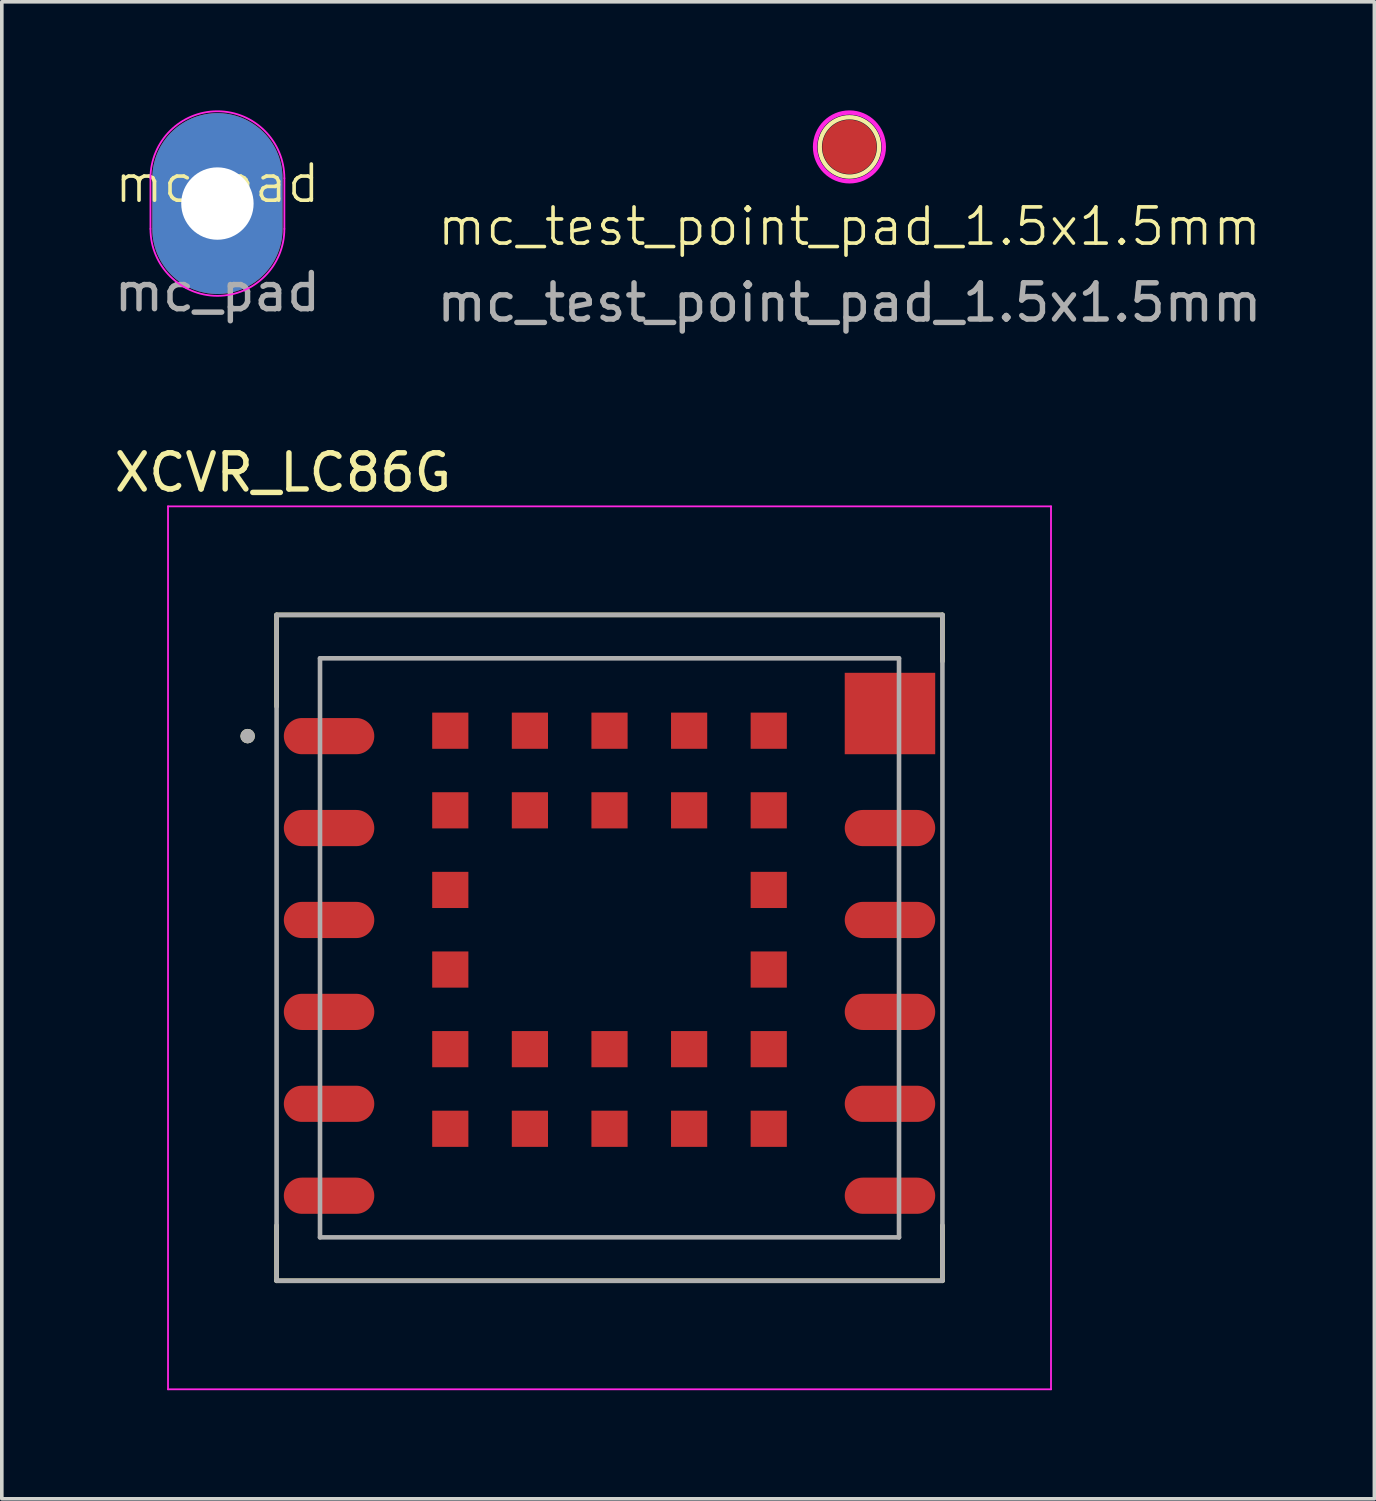
<source format=kicad_pcb>
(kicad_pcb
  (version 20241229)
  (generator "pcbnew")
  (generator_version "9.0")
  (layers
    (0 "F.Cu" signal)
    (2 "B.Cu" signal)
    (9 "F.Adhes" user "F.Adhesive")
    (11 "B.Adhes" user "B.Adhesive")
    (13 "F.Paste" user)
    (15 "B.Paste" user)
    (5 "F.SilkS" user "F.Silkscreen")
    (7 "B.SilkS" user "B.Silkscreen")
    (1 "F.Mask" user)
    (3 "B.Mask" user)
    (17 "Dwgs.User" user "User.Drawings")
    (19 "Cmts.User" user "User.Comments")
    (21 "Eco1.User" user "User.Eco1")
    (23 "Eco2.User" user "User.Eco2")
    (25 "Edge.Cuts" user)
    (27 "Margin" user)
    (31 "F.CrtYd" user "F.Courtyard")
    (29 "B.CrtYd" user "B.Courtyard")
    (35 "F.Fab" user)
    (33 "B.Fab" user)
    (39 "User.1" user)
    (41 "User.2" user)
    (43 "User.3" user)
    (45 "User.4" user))
  (footprint "mc_test_point_pad_1.5x1.5mm"
    (layer "F.Cu")
    (at 20.423 1.01)
    (property "Reference" "mc_test_point_pad_1.5x1.5mm" (at 0 2.2 0) (unlocked yes) (layer "F.SilkS") (effects (font (size 1 1) (thickness 0.1))))
    (attr smd)
    (fp_circle (center 0 0) (end 0.82 0) (stroke (width 0.12) (type solid)) (fill no) (layer "F.SilkS"))
    (fp_circle (center 0 0) (end 0.95 0) (stroke (width 0.12) (type solid)) (fill no) (layer "F.CrtYd"))
    (fp_text user "${REFERENCE}" (at 0 4.3 0) (unlocked yes) (layer "F.Fab") (effects (font (size 1 1) (thickness 0.15))))
    (pad "1" smd circle (at 0 0) (size 1.5 1.5) (layers "F.Cu" "F.Mask")))
  (footprint "mc_pad"
    (layer "F.Cu")
    (at 2.958 2.525)
    (property "Reference" "mc_pad" (at 0 -0.5 0) (unlocked yes) (layer "F.SilkS") (effects (font (size 1 1) (thickness 0.1))))
    (attr smd)
    (fp_line (start -1.85 -0.65) (end -1.85 0.75) (stroke (width 0.05) (type default)) (layer "F.CrtYd"))
    (fp_line (start 1.85 -0.65) (end 1.85 0.75) (stroke (width 0.05) (type default)) (layer "F.CrtYd"))
    (fp_arc (start -1.85 -0.65) (mid 0 -2.5) (end 1.85 -0.65) (stroke (width 0.05) (type default)) (layer "F.CrtYd"))
    (fp_arc (start 1.85 0.75) (mid 0 2.6) (end -1.85 0.75) (stroke (width 0.05) (type default)) (layer "F.CrtYd"))
    (fp_text user "${REFERENCE}" (at 0 2.5 0) (unlocked yes) (layer "F.Fab") (effects (font (size 1 1) (thickness 0.15))))
    (pad "1" thru_hole oval (at 0 0.05) (size 3.6 5) (drill 2) (layers "*.Cu" "*.Mask")))
  (footprint "XCVR_LC86G"
    (layer "F.Cu")
    (at 13.793 23.142)
    (property "Reference" "XCVR_LC86G" (at -9.025 -13.135 0) (layer "F.SilkS") (effects (font (size 1 1) (thickness 0.15))))
    (attr smd)
    (fp_line (start -9.2 -9.2) (end 9.2 -9.2) (stroke (width 0.127) (type solid)) (layer "F.SilkS"))
    (fp_line (start -9.2 -6.67) (end -9.2 -9.2) (stroke (width 0.127) (type solid)) (layer "F.SilkS"))
    (fp_line (start -9.2 9.2) (end -9.2 7.67) (stroke (width 0.127) (type solid)) (layer "F.SilkS"))
    (fp_line (start 9.2 -9.2) (end 9.2 -7.92) (stroke (width 0.127) (type solid)) (layer "F.SilkS"))
    (fp_line (start 9.2 9.2) (end -9.2 9.2) (stroke (width 0.127) (type solid)) (layer "F.SilkS"))
    (fp_line (start 9.2 9.2) (end 9.2 7.67) (stroke (width 0.127) (type solid)) (layer "F.SilkS"))
    (fp_circle (center -10 -5.85) (end -9.9 -5.85) (stroke (width 0.2) (type solid)) (fill no) (layer "F.SilkS"))
    (fp_line (start -12.2 -12.2) (end -12.2 12.2) (stroke (width 0.05) (type solid)) (layer "F.CrtYd"))
    (fp_line (start -12.2 12.2) (end 12.2 12.2) (stroke (width 0.05) (type solid)) (layer "F.CrtYd"))
    (fp_line (start 12.2 -12.2) (end -12.2 -12.2) (stroke (width 0.05) (type solid)) (layer "F.CrtYd"))
    (fp_line (start 12.2 12.2) (end 12.2 -12.2) (stroke (width 0.05) (type solid)) (layer "F.CrtYd"))
    (fp_line (start -9.2 -9.2) (end 9.2 -9.2) (stroke (width 0.127) (type solid)) (layer "F.Fab"))
    (fp_line (start -9.2 9.2) (end -9.2 -9.2) (stroke (width 0.127) (type solid)) (layer "F.Fab"))
    (fp_line (start -8 -8) (end -8 8) (stroke (width 0.127) (type solid)) (layer "F.Fab"))
    (fp_line (start -8 8) (end 8 8) (stroke (width 0.127) (type solid)) (layer "F.Fab"))
    (fp_line (start 8 -8) (end -8 -8) (stroke (width 0.127) (type solid)) (layer "F.Fab"))
    (fp_line (start 8 8) (end 8 -8) (stroke (width 0.127) (type solid)) (layer "F.Fab"))
    (fp_line (start 9.2 -9.2) (end 9.2 9.2) (stroke (width 0.127) (type solid)) (layer "F.Fab"))
    (fp_line (start 9.2 9.2) (end -9.2 9.2) (stroke (width 0.127) (type solid)) (layer "F.Fab"))
    (fp_circle (center -10 -5.85) (end -9.9 -5.85) (stroke (width 0.2) (type solid)) (fill no) (layer "F.Fab"))
    (pad "1" smd oval (at -7.75 -5.85) (size 2.5 1) (layers "F.Cu" "F.Mask" "F.Paste"))
    (pad "2" smd oval (at -7.75 -3.31) (size 2.5 1) (layers "F.Cu" "F.Mask" "F.Paste"))
    (pad "3" smd oval (at -7.75 -0.77) (size 2.5 1) (layers "F.Cu" "F.Mask" "F.Paste"))
    (pad "4" smd oval (at -7.75 1.77) (size 2.5 1) (layers "F.Cu" "F.Mask" "F.Paste"))
    (pad "5" smd oval (at -7.75 4.31) (size 2.5 1) (layers "F.Cu" "F.Mask" "F.Paste"))
    (pad "6" smd oval (at -7.75 6.85) (size 2.5 1) (layers "F.Cu" "F.Mask" "F.Paste"))
    (pad "7" smd oval (at 7.75 6.85) (size 2.5 1) (layers "F.Cu" "F.Mask" "F.Paste"))
    (pad "8" smd oval (at 7.75 4.31) (size 2.5 1) (layers "F.Cu" "F.Mask" "F.Paste"))
    (pad "9" smd oval (at 7.75 1.77) (size 2.5 1) (layers "F.Cu" "F.Mask" "F.Paste"))
    (pad "10" smd oval (at 7.75 -0.77) (size 2.5 1) (layers "F.Cu" "F.Mask" "F.Paste"))
    (pad "11" smd oval (at 7.75 -3.31) (size 2.5 1) (layers "F.Cu" "F.Mask" "F.Paste"))
    (pad "12" smd rect (at 7.75 -6.475) (size 2.5 2.25) (layers "F.Cu" "F.Mask" "F.Paste"))
    (pad "13" smd rect (at -4.4 -6) (size 1 1) (layers "F.Cu" "F.Mask" "F.Paste"))
    (pad "14" smd rect (at -2.2 -6) (size 1 1) (layers "F.Cu" "F.Mask" "F.Paste"))
    (pad "15" smd rect (at 0 -6) (size 1 1) (layers "F.Cu" "F.Mask" "F.Paste"))
    (pad "16" smd rect (at 2.2 -6) (size 1 1) (layers "F.Cu" "F.Mask" "F.Paste"))
    (pad "17" smd rect (at 4.4 -6) (size 1 1) (layers "F.Cu" "F.Mask" "F.Paste"))
    (pad "18" smd rect (at -4.4 -3.8) (size 1 1) (layers "F.Cu" "F.Mask" "F.Paste"))
    (pad "19" smd rect (at -2.2 -3.8) (size 1 1) (layers "F.Cu" "F.Mask" "F.Paste"))
    (pad "20" smd rect (at 0 -3.8) (size 1 1) (layers "F.Cu" "F.Mask" "F.Paste"))
    (pad "21" smd rect (at 2.2 -3.8) (size 1 1) (layers "F.Cu" "F.Mask" "F.Paste"))
    (pad "22" smd rect (at 4.4 -3.8) (size 1 1) (layers "F.Cu" "F.Mask" "F.Paste"))
    (pad "23" smd rect (at -4.4 -1.6) (size 1 1) (layers "F.Cu" "F.Mask" "F.Paste"))
    (pad "24" smd rect (at 4.4 -1.6) (size 1 1) (layers "F.Cu" "F.Mask" "F.Paste"))
    (pad "25" smd rect (at -4.4 0.6) (size 1 1) (layers "F.Cu" "F.Mask" "F.Paste"))
    (pad "26" smd rect (at 4.4 0.6) (size 1 1) (layers "F.Cu" "F.Mask" "F.Paste"))
    (pad "27" smd rect (at -4.4 2.8) (size 1 1) (layers "F.Cu" "F.Mask" "F.Paste"))
    (pad "28" smd rect (at -2.2 2.8) (size 1 1) (layers "F.Cu" "F.Mask" "F.Paste"))
    (pad "29" smd rect (at 0 2.8) (size 1 1) (layers "F.Cu" "F.Mask" "F.Paste"))
    (pad "30" smd rect (at 2.2 2.8) (size 1 1) (layers "F.Cu" "F.Mask" "F.Paste"))
    (pad "31" smd rect (at 4.4 2.8) (size 1 1) (layers "F.Cu" "F.Mask" "F.Paste"))
    (pad "32" smd rect (at -4.4 5) (size 1 1) (layers "F.Cu" "F.Mask" "F.Paste"))
    (pad "33" smd rect (at -2.2 5) (size 1 1) (layers "F.Cu" "F.Mask" "F.Paste"))
    (pad "34" smd rect (at 0 5) (size 1 1) (layers "F.Cu" "F.Mask" "F.Paste"))
    (pad "35" smd rect (at 2.2 5) (size 1 1) (layers "F.Cu" "F.Mask" "F.Paste"))
    (pad "36" smd rect (at 4.4 5) (size 1 1) (layers "F.Cu" "F.Mask" "F.Paste"))
    (zone (net_name "") (layer "F.Cu") (hatch full 0.508) (connect_pads) (min_thickness 1.25) (filled_areas_thickness no) (keepout (tracks not_allowed) (vias not_allowed) (pads not_allowed) (copperpour not_allowed) (footprints allowed)) (placement (enabled no)) (fill) (polygon (pts (xy 14.443 22.512) (xy 14.437 22.634) (xy 14.419 22.755) (xy 14.389 22.874) (xy 14.348 22.99) (xy 14.295 23.101) (xy 14.232 23.206) (xy 14.159 23.304) (xy 14.077 23.395) (xy 13.986 23.478) (xy 13.887 23.551) (xy 13.782 23.614) (xy 13.671 23.666) (xy 13.556 23.708) (xy 13.437 23.737) (xy 13.315 23.755) (xy 13.193 23.762) (xy 13.07 23.755) (xy 12.949 23.737) (xy 12.83 23.708) (xy 12.715 23.666) (xy 12.604 23.614) (xy 12.498 23.551) (xy 12.4 23.478) (xy 12.309 23.395) (xy 12.227 23.304) (xy 12.154 23.206) (xy 12.09 23.101) (xy 12.038 22.99) (xy 11.997 22.874) (xy 11.967 22.755) (xy 11.949 22.634) (xy 11.943 22.512) (xy 11.949 22.389) (xy 11.967 22.268) (xy 11.997 22.149) (xy 12.038 22.033) (xy 12.09 21.922) (xy 12.154 21.817) (xy 12.227 21.719) (xy 12.309 21.628) (xy 12.4 21.545) (xy 12.498 21.472) (xy 12.604 21.409) (xy 12.715 21.357) (xy 12.83 21.315) (xy 12.949 21.286) (xy 13.07 21.268) (xy 13.193 21.262) (xy 13.315 21.268) (xy 13.437 21.286) (xy 13.556 21.315) (xy 13.671 21.357) (xy 13.782 21.409) (xy 13.887 21.472) (xy 13.986 21.545) (xy 14.077 21.628) (xy 14.159 21.719) (xy 14.232 21.817) (xy 14.295 21.922) (xy 14.348 22.033) (xy 14.389 22.149) (xy 14.419 22.268) (xy 14.437 22.389))))
    (zone (net_name "") (layers "F.Cu" "B.Cu") (hatch full 0.508) (connect_pads) (min_thickness 1.25) (filled_areas_thickness no) (keepout (tracks allowed) (vias not_allowed) (pads allowed) (copperpour allowed) (footprints allowed)) (placement (enabled no)) (fill) (polygon (pts (xy 14.443 22.512) (xy 14.437 22.634) (xy 14.419 22.755) (xy 14.389 22.874) (xy 14.348 22.99) (xy 14.295 23.101) (xy 14.232 23.206) (xy 14.159 23.304) (xy 14.077 23.395) (xy 13.986 23.478) (xy 13.887 23.551) (xy 13.782 23.614) (xy 13.671 23.666) (xy 13.556 23.708) (xy 13.437 23.737) (xy 13.315 23.755) (xy 13.193 23.762) (xy 13.07 23.755) (xy 12.949 23.737) (xy 12.83 23.708) (xy 12.715 23.666) (xy 12.604 23.614) (xy 12.498 23.551) (xy 12.4 23.478) (xy 12.309 23.395) (xy 12.227 23.304) (xy 12.154 23.206) (xy 12.09 23.101) (xy 12.038 22.99) (xy 11.997 22.874) (xy 11.967 22.755) (xy 11.949 22.634) (xy 11.943 22.512) (xy 11.949 22.389) (xy 11.967 22.268) (xy 11.997 22.149) (xy 12.038 22.033) (xy 12.09 21.922) (xy 12.154 21.817) (xy 12.227 21.719) (xy 12.309 21.628) (xy 12.4 21.545) (xy 12.498 21.472) (xy 12.604 21.409) (xy 12.715 21.357) (xy 12.83 21.315) (xy 12.949 21.286) (xy 13.07 21.268) (xy 13.193 21.262) (xy 13.315 21.268) (xy 13.437 21.286) (xy 13.556 21.315) (xy 13.671 21.357) (xy 13.782 21.409) (xy 13.887 21.472) (xy 13.986 21.545) (xy 14.077 21.628) (xy 14.159 21.719) (xy 14.232 21.817) (xy 14.295 21.922) (xy 14.348 22.033) (xy 14.389 22.149) (xy 14.419 22.268) (xy 14.437 22.389))))
    (zone (net_name "") (layer "B.Cu") (hatch full 0.508) (connect_pads) (min_thickness 1.25) (filled_areas_thickness no) (keepout (tracks not_allowed) (vias not_allowed) (pads not_allowed) (copperpour not_allowed) (footprints allowed)) (placement (enabled no)) (fill) (polygon (pts (xy 14.443 22.512) (xy 14.437 22.634) (xy 14.419 22.755) (xy 14.389 22.874) (xy 14.348 22.99) (xy 14.295 23.101) (xy 14.232 23.206) (xy 14.159 23.304) (xy 14.077 23.395) (xy 13.986 23.478) (xy 13.887 23.551) (xy 13.782 23.614) (xy 13.671 23.666) (xy 13.556 23.708) (xy 13.437 23.737) (xy 13.315 23.755) (xy 13.193 23.762) (xy 13.07 23.755) (xy 12.949 23.737) (xy 12.83 23.708) (xy 12.715 23.666) (xy 12.604 23.614) (xy 12.498 23.551) (xy 12.4 23.478) (xy 12.309 23.395) (xy 12.227 23.304) (xy 12.154 23.206) (xy 12.09 23.101) (xy 12.038 22.99) (xy 11.997 22.874) (xy 11.967 22.755) (xy 11.949 22.634) (xy 11.943 22.512) (xy 11.949 22.389) (xy 11.967 22.268) (xy 11.997 22.149) (xy 12.038 22.033) (xy 12.09 21.922) (xy 12.154 21.817) (xy 12.227 21.719) (xy 12.309 21.628) (xy 12.4 21.545) (xy 12.498 21.472) (xy 12.604 21.409) (xy 12.715 21.357) (xy 12.83 21.315) (xy 12.949 21.286) (xy 13.07 21.268) (xy 13.193 21.262) (xy 13.315 21.268) (xy 13.437 21.286) (xy 13.556 21.315) (xy 13.671 21.357) (xy 13.782 21.409) (xy 13.887 21.472) (xy 13.986 21.545) (xy 14.077 21.628) (xy 14.159 21.719) (xy 14.232 21.817) (xy 14.295 21.922) (xy 14.348 22.033) (xy 14.389 22.149) (xy 14.419 22.268) (xy 14.437 22.389)))))
  (gr_rect
    (start -3 -3)
    (end 34.929 38.367)
    (stroke (width 0.1) (type default))
    (fill no)
    (layer "Edge.Cuts")))
</source>
